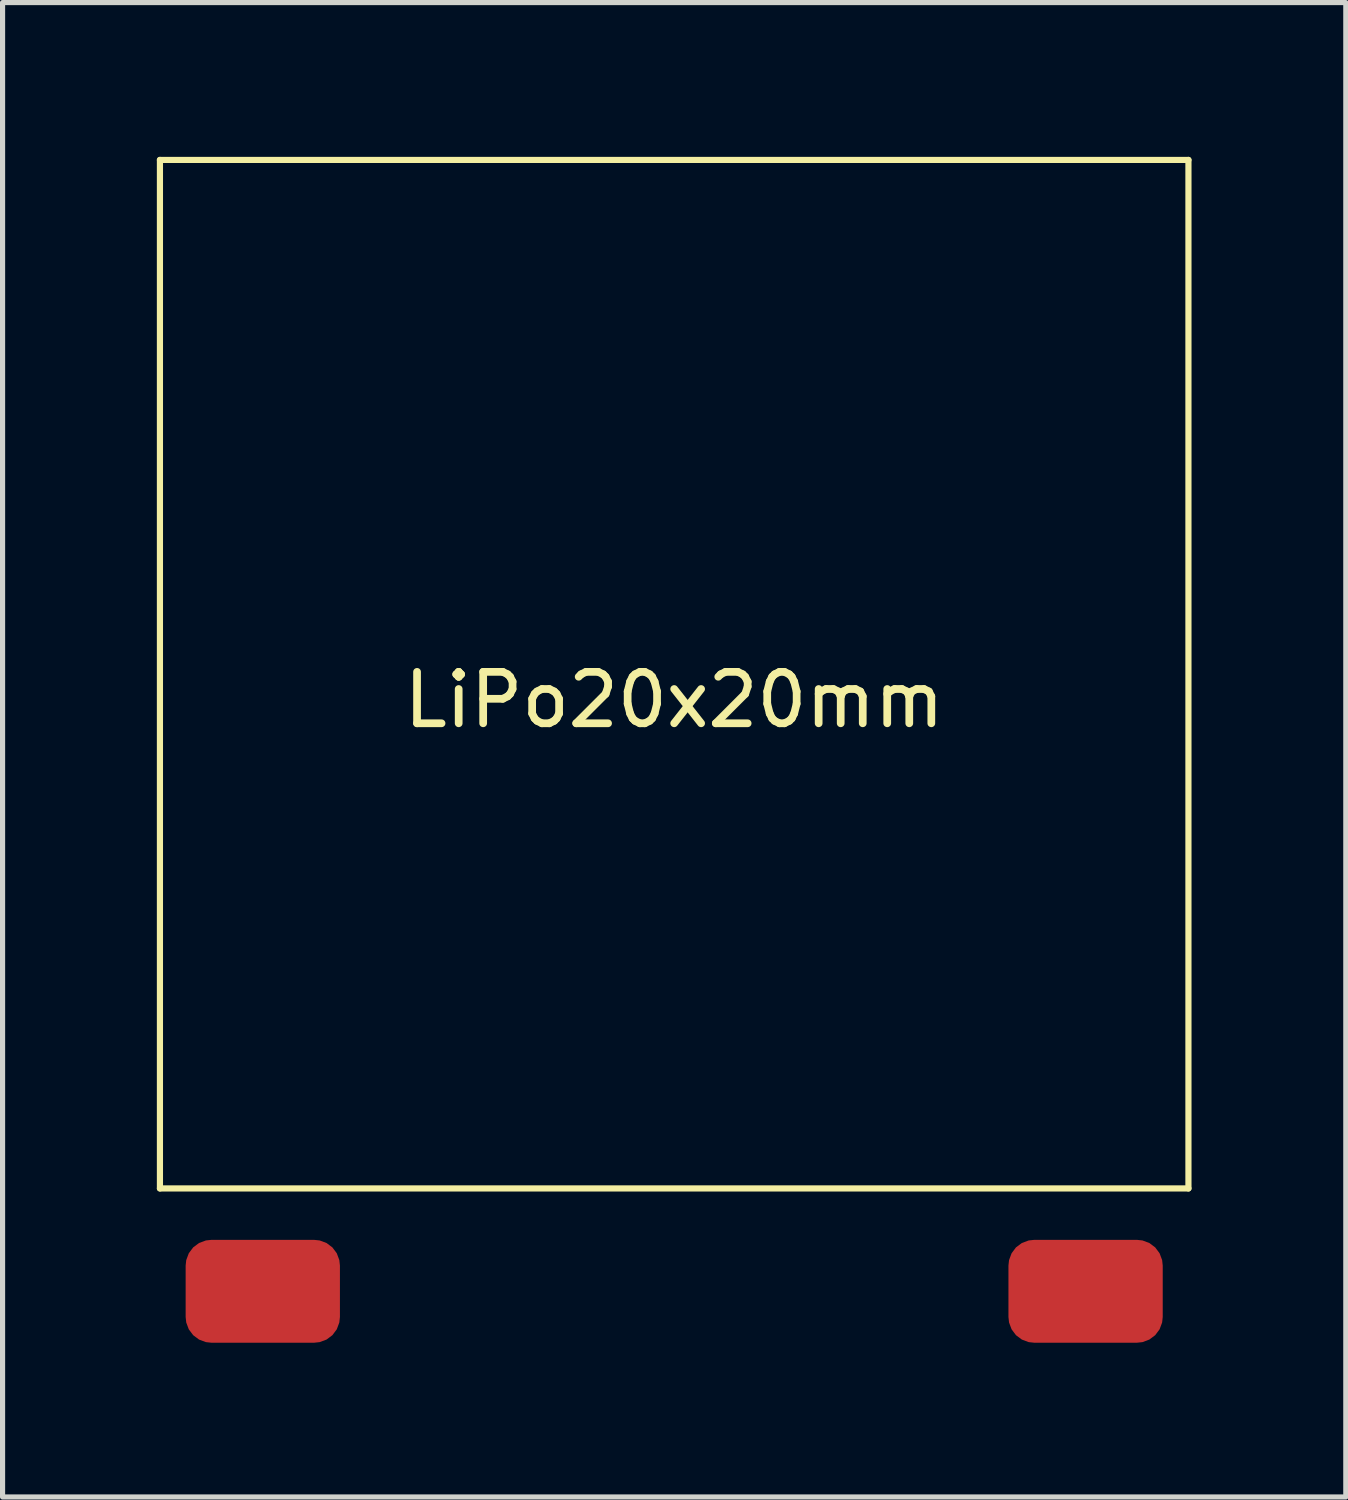
<source format=kicad_pcb>
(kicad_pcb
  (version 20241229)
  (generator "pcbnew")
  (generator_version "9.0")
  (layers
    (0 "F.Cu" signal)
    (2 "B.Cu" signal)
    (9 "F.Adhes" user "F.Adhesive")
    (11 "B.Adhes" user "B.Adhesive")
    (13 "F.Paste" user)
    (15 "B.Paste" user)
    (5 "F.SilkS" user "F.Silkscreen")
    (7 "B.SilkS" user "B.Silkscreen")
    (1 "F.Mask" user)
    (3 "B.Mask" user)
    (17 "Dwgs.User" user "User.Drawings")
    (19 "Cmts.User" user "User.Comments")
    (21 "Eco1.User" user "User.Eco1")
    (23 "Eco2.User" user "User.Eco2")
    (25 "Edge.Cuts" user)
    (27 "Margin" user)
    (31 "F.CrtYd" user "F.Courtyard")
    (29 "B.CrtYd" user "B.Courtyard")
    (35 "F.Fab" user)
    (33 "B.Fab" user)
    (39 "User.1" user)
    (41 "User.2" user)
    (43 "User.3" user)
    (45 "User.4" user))
  (footprint "LiPo20x20mm"
    (layer "F.Cu")
    (at 10.06 10.06)
    (property "Reference" "LiPo20x20mm" (at 0 0.5 0) (layer "F.SilkS") (effects (font (size 1 1) (thickness 0.15))))
    (attr through_hole)
    (fp_line (start -10 -10) (end -10 10) (stroke (width 0.12) (type solid)) (layer "F.SilkS"))
    (fp_line (start -10 10) (end 10 10) (stroke (width 0.12) (type solid)) (layer "F.SilkS"))
    (fp_line (start 10 -10) (end -10 -10) (stroke (width 0.12) (type solid)) (layer "F.SilkS"))
    (fp_line (start 10 10) (end 10 -10) (stroke (width 0.12) (type solid)) (layer "F.SilkS"))
    (pad "1" smd roundrect (at 8 12) (size 3 2) (layers "F.Cu" "F.Mask" "F.Paste") (roundrect_rratio 0.25))
    (pad "2" smd roundrect (at -8 12) (size 3 2) (layers "F.Cu" "F.Mask" "F.Paste") (roundrect_rratio 0.25)))
  (gr_rect
    (start -3 -3)
    (end 23.12 26.06)
    (stroke (width 0.1) (type default))
    (fill no)
    (layer "Edge.Cuts")))
</source>
